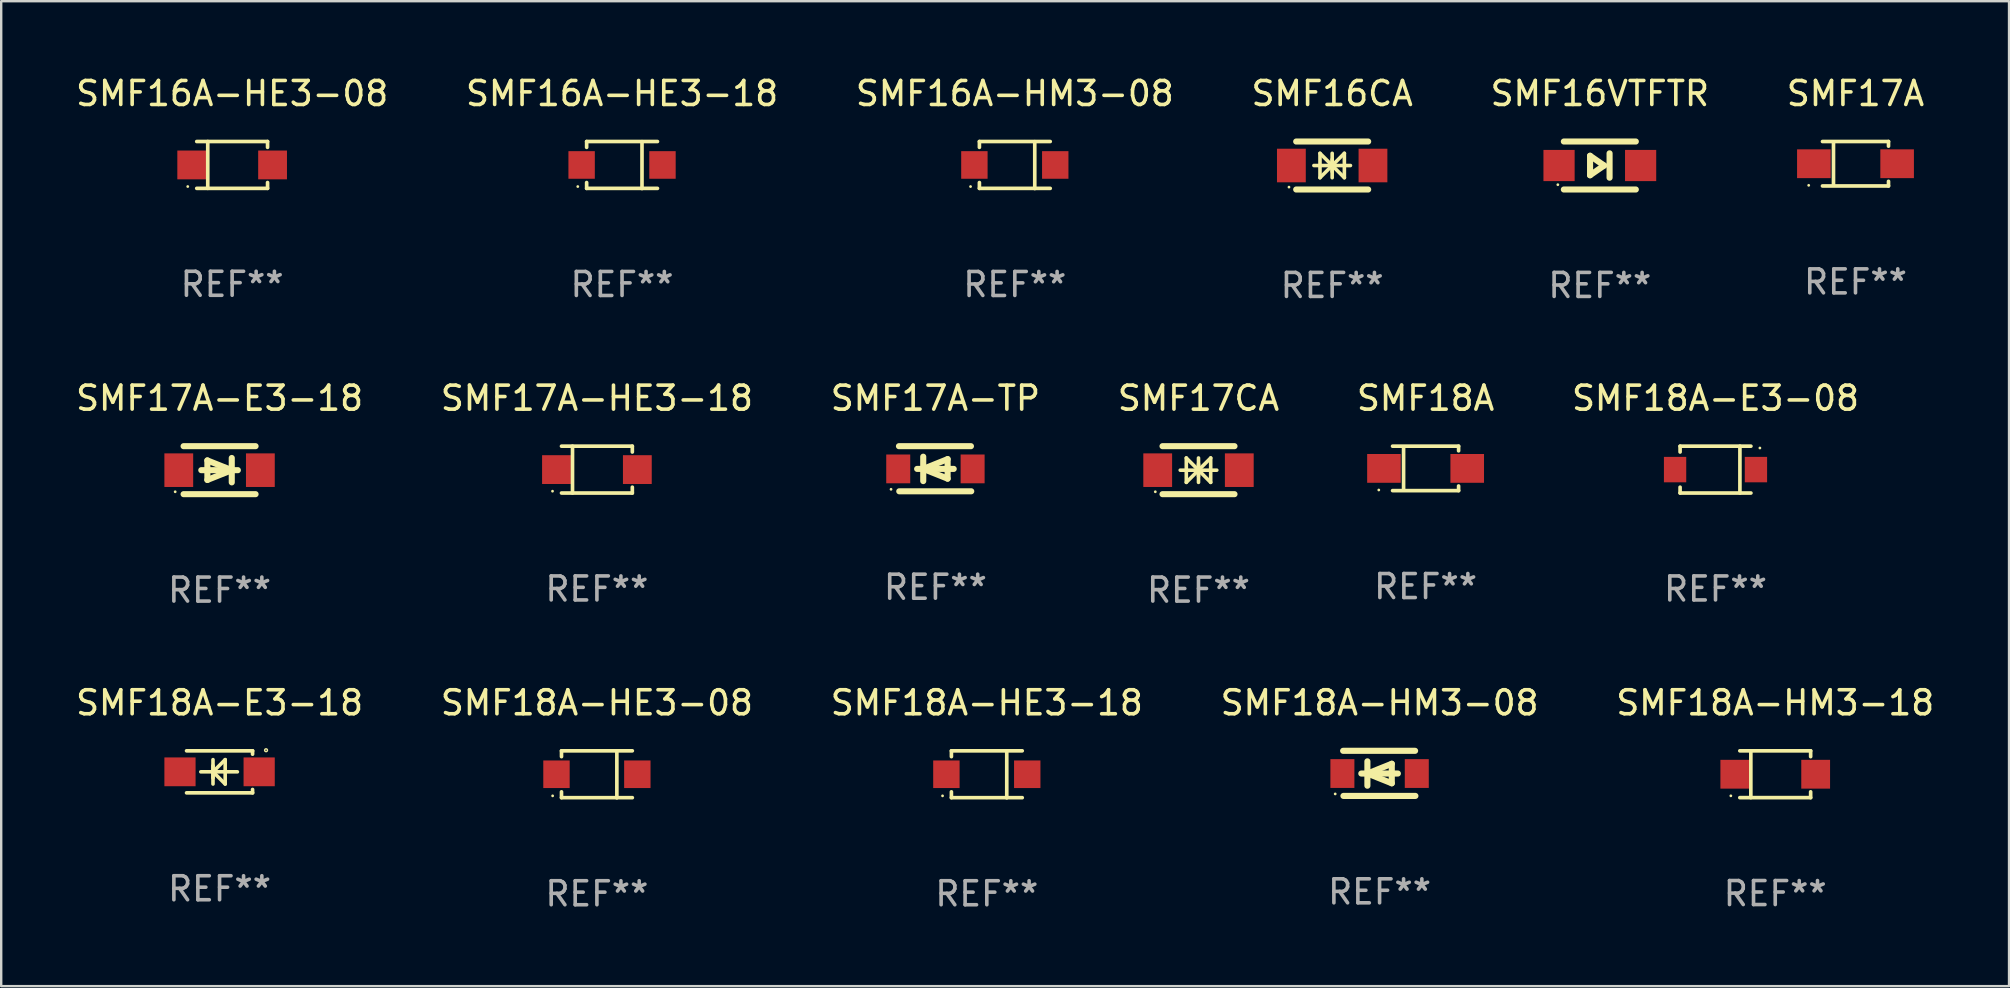
<source format=kicad_pcb>
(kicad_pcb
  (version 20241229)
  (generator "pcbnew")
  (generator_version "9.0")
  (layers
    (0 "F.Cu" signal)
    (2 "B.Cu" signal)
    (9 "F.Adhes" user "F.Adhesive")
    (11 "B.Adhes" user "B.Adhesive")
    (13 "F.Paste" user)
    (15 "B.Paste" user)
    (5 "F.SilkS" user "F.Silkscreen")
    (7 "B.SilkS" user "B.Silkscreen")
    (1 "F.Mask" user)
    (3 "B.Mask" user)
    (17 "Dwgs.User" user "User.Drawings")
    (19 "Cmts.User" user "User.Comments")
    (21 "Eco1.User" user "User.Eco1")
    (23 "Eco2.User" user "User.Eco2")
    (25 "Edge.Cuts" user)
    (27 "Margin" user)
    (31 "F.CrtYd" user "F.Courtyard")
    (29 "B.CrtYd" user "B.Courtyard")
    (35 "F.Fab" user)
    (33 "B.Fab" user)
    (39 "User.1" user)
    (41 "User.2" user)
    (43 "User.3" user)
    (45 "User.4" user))
  (footprint "SMF16VTFTR"
    (layer "F.Cu")
    (at 63.625 3.848)
    (property "Reference" "SMF16VTFTR" (at 0 -3 0) (layer "F.SilkS") (effects (font (size 1 1) (thickness 0.15))))
    (attr through_hole)
    (fp_line (start -1.5 -1) (end 1.5 -1) (stroke (width 0.254) (type solid)) (layer "F.SilkS"))
    (fp_line (start -0.407 -0.406) (end 0.178 0) (stroke (width 0.254) (type solid)) (layer "F.SilkS"))
    (fp_line (start -0.407 0.406) (end -0.407 -0.406) (stroke (width 0.254) (type solid)) (layer "F.SilkS"))
    (fp_line (start 0.178 0) (end -0.407 0.406) (stroke (width 0.254) (type solid)) (layer "F.SilkS"))
    (fp_line (start 0.406 0.508) (end 0.406 -0.508) (stroke (width 0.254) (type solid)) (layer "F.SilkS"))
    (fp_line (start 1.5 1) (end -1.5 1) (stroke (width 0.254) (type solid)) (layer "F.SilkS"))
    (fp_circle (center -1.75 0.8) (end -1.72 0.8) (stroke (width 0.06) (type solid)) (fill no) (layer "F.SilkS"))
    (fp_text user "REF**" (at 0 5 0) (layer "F.Fab") (effects (font (size 1 1) (thickness 0.15))))
    (pad "1" smd rect (at -1.7 -0.000025) (size 1.3 1.3) (layers "F.Cu" "F.Mask" "F.Paste"))
    (pad "2" smd rect (at 1.7 -0.000025) (size 1.3 1.3) (layers "F.Cu" "F.Mask" "F.Paste")))
  (footprint "SMF18A-HM3-08"
    (layer "F.Cu")
    (at 54.446 29.181)
    (property "Reference" "SMF18A-HM3-08" (at 0 -2.94 0) (layer "F.SilkS") (effects (font (size 1 1) (thickness 0.15))))
    (attr through_hole)
    (fp_line (start -1.52 -0.94) (end 1.48 -0.94) (stroke (width 0.254) (type solid)) (layer "F.SilkS"))
    (fp_line (start -1.507 0.94) (end 1.493 0.94) (stroke (width 0.254) (type solid)) (layer "F.SilkS"))
    (fp_line (start -0.762 0.007) (end 0.762 0.007) (stroke (width 0.254) (type solid)) (layer "F.SilkS"))
    (fp_line (start -0.508 -0.501) (end -0.508 0.515) (stroke (width 0.254) (type solid)) (layer "F.SilkS"))
    (fp_line (start -0.508 0.007) (end 0.508 -0.4) (stroke (width 0.254) (type solid)) (layer "F.SilkS"))
    (fp_line (start 0.508 -0.4) (end 0.508 0.413) (stroke (width 0.254) (type solid)) (layer "F.SilkS"))
    (fp_line (start 0.508 0.413) (end -0.508 0.007) (stroke (width 0.254) (type solid)) (layer "F.SilkS"))
    (fp_circle (center -1.85 0.857) (end -1.82 0.857) (stroke (width 0.06) (type solid)) (fill no) (layer "F.SilkS"))
    (fp_text user "REF**" (at 0 4.94 0) (layer "F.Fab") (effects (font (size 1 1) (thickness 0.15))))
    (pad "1" smd rect (at -1.55 0.007) (size 1 1.2) (layers "F.Cu" "F.Mask" "F.Paste"))
    (pad "2" smd rect (at 1.55 0.007) (size 1 1.2) (layers "F.Cu" "F.Mask" "F.Paste")))
  (footprint "SMF18A-HM3-18"
    (layer "F.Cu")
    (at 70.935 29.217)
    (property "Reference" "SMF18A-HM3-18" (at 0 -2.976 0) (layer "F.SilkS") (effects (font (size 1 1) (thickness 0.15))))
    (attr through_hole)
    (fp_line (start -1.476 -0.976) (end 1.476 -0.976) (stroke (width 0.152) (type solid)) (layer "F.SilkS"))
    (fp_line (start -1.476 0.976) (end 1.476 0.976) (stroke (width 0.152) (type solid)) (layer "F.SilkS"))
    (fp_line (start -1.017 -0.976) (end -1.017 0.976) (stroke (width 0.152) (type solid)) (layer "F.SilkS"))
    (fp_line (start 1.476 -0.976) (end 1.476 -0.733) (stroke (width 0.152) (type solid)) (layer "F.SilkS"))
    (fp_line (start 1.476 0.976) (end 1.476 0.733) (stroke (width 0.152) (type solid)) (layer "F.SilkS"))
    (fp_circle (center -1.85 0.9) (end -1.82 0.9) (stroke (width 0.06) (type solid)) (fill no) (layer "F.SilkS"))
    (fp_text user "REF**" (at 0 4.976 0) (layer "F.Fab") (effects (font (size 1 1) (thickness 0.15))))
    (pad "1" smd rect (at -1.685 0) (size 1.2 1.2) (layers "F.Cu" "F.Mask" "F.Paste"))
    (pad "2" smd rect (at 1.685 0) (size 1.2 1.2) (layers "F.Cu" "F.Mask" "F.Paste")))
  (footprint "SMF16A-HE3-08"
    (layer "F.Cu")
    (at 6.625 3.824)
    (property "Reference" "SMF16A-HE3-08" (at 0 -2.976 0) (layer "F.SilkS") (effects (font (size 1 1) (thickness 0.15))))
    (attr through_hole)
    (fp_line (start -1.476 -0.976) (end 1.476 -0.976) (stroke (width 0.152) (type solid)) (layer "F.SilkS"))
    (fp_line (start -1.476 0.976) (end 1.476 0.976) (stroke (width 0.152) (type solid)) (layer "F.SilkS"))
    (fp_line (start -1.017 -0.976) (end -1.017 0.976) (stroke (width 0.152) (type solid)) (layer "F.SilkS"))
    (fp_line (start 1.476 -0.976) (end 1.476 -0.733) (stroke (width 0.152) (type solid)) (layer "F.SilkS"))
    (fp_line (start 1.476 0.976) (end 1.476 0.733) (stroke (width 0.152) (type solid)) (layer "F.SilkS"))
    (fp_circle (center -1.85 0.9) (end -1.82 0.9) (stroke (width 0.06) (type solid)) (fill no) (layer "F.SilkS"))
    (fp_text user "REF**" (at 0 4.976 0) (layer "F.Fab") (effects (font (size 1 1) (thickness 0.15))))
    (pad "1" smd rect (at -1.685 0) (size 1.2 1.2) (layers "F.Cu" "F.Mask" "F.Paste"))
    (pad "2" smd rect (at 1.685 0) (size 1.2 1.2) (layers "F.Cu" "F.Mask" "F.Paste")))
  (footprint "SMF17A-TP"
    (layer "F.Cu")
    (at 35.935 16.485)
    (property "Reference" "SMF17A-TP" (at 0 -2.94 0) (layer "F.SilkS") (effects (font (size 1 1) (thickness 0.15))))
    (attr through_hole)
    (fp_line (start -1.52 -0.94) (end 1.48 -0.94) (stroke (width 0.254) (type solid)) (layer "F.SilkS"))
    (fp_line (start -1.507 0.94) (end 1.493 0.94) (stroke (width 0.254) (type solid)) (layer "F.SilkS"))
    (fp_line (start -0.762 0.007) (end 0.762 0.007) (stroke (width 0.254) (type solid)) (layer "F.SilkS"))
    (fp_line (start -0.508 -0.501) (end -0.508 0.515) (stroke (width 0.254) (type solid)) (layer "F.SilkS"))
    (fp_line (start -0.508 0.007) (end 0.508 -0.4) (stroke (width 0.254) (type solid)) (layer "F.SilkS"))
    (fp_line (start 0.508 -0.4) (end 0.508 0.413) (stroke (width 0.254) (type solid)) (layer "F.SilkS"))
    (fp_line (start 0.508 0.413) (end -0.508 0.007) (stroke (width 0.254) (type solid)) (layer "F.SilkS"))
    (fp_circle (center -1.85 0.857) (end -1.82 0.857) (stroke (width 0.06) (type solid)) (fill no) (layer "F.SilkS"))
    (fp_text user "REF**" (at 0 4.94 0) (layer "F.Fab") (effects (font (size 1 1) (thickness 0.15))))
    (pad "1" smd rect (at -1.55 0.007) (size 1 1.2) (layers "F.Cu" "F.Mask" "F.Paste"))
    (pad "2" smd rect (at 1.55 0.007) (size 1 1.2) (layers "F.Cu" "F.Mask" "F.Paste")))
  (footprint "SMF17A-HE3-18"
    (layer "F.Cu")
    (at 21.827 16.521)
    (property "Reference" "SMF17A-HE3-18" (at 0 -2.976 0) (layer "F.SilkS") (effects (font (size 1 1) (thickness 0.15))))
    (attr through_hole)
    (fp_line (start -1.476 -0.976) (end 1.476 -0.976) (stroke (width 0.152) (type solid)) (layer "F.SilkS"))
    (fp_line (start -1.476 0.976) (end 1.476 0.976) (stroke (width 0.152) (type solid)) (layer "F.SilkS"))
    (fp_line (start -1.017 -0.976) (end -1.017 0.976) (stroke (width 0.152) (type solid)) (layer "F.SilkS"))
    (fp_line (start 1.476 -0.976) (end 1.476 -0.733) (stroke (width 0.152) (type solid)) (layer "F.SilkS"))
    (fp_line (start 1.476 0.976) (end 1.476 0.733) (stroke (width 0.152) (type solid)) (layer "F.SilkS"))
    (fp_circle (center -1.85 0.9) (end -1.82 0.9) (stroke (width 0.06) (type solid)) (fill no) (layer "F.SilkS"))
    (fp_text user "REF**" (at 0 4.976 0) (layer "F.Fab") (effects (font (size 1 1) (thickness 0.15))))
    (pad "1" smd rect (at -1.685 0) (size 1.2 1.2) (layers "F.Cu" "F.Mask" "F.Paste"))
    (pad "2" smd rect (at 1.685 0) (size 1.2 1.2) (layers "F.Cu" "F.Mask" "F.Paste")))
  (footprint "SMF18A-E3-18"
    (layer "F.Cu")
    (at 6.101 29.117)
    (property "Reference" "SMF18A-E3-18" (at 0 -2.876 0) (layer "F.SilkS") (effects (font (size 1 1) (thickness 0.15))))
    (attr through_hole)
    (fp_line (start -1.376 -0.876) (end 1.376 -0.876) (stroke (width 0.152) (type solid)) (layer "F.SilkS"))
    (fp_line (start -1.376 0.876) (end 1.376 0.876) (stroke (width 0.152) (type solid)) (layer "F.SilkS"))
    (fp_line (start -0.782 0) (end 0.742 0) (stroke (width 0.15) (type solid)) (layer "F.SilkS"))
    (fp_line (start -0.274 -0.508) (end -0.274 0.508) (stroke (width 0.15) (type solid)) (layer "F.SilkS"))
    (fp_line (start -0.274 0) (end 0.234 -0.508) (stroke (width 0.15) (type solid)) (layer "F.SilkS"))
    (fp_line (start -0.274 0) (end 0.234 0.508) (stroke (width 0.15) (type solid)) (layer "F.SilkS"))
    (fp_line (start -0.274 0.254) (end -0.274 -0.254) (stroke (width 0.15) (type solid)) (layer "F.SilkS"))
    (fp_line (start 0.234 0.508) (end 0.234 -0.508) (stroke (width 0.15) (type solid)) (layer "F.SilkS"))
    (fp_line (start 1.376 -0.876) (end 1.375 -0.735) (stroke (width 0.152) (type solid)) (layer "F.SilkS"))
    (fp_line (start 1.376 0.876) (end 1.375 0.735) (stroke (width 0.152) (type solid)) (layer "F.SilkS"))
    (fp_circle (center 1.937 -0.9) (end 1.966 -0.9) (stroke (width 0.06) (type solid)) (fill no) (layer "F.SilkS"))
    (fp_text user "REF**" (at 0 4.876 0) (layer "F.Fab") (effects (font (size 1 1) (thickness 0.15))))
    (pad "1" smd rect (at 1.65 0 180) (size 1.3 1.2) (layers "F.Cu" "F.Mask" "F.Paste"))
    (pad "2" smd rect (at -1.65 0 180) (size 1.3 1.2) (layers "F.Cu" "F.Mask" "F.Paste")))
  (footprint "SMF16CA"
    (layer "F.Cu")
    (at 52.47 3.848)
    (property "Reference" "SMF16CA" (at 0 -3 0) (layer "F.SilkS") (effects (font (size 1 1) (thickness 0.15))))
    (attr through_hole)
    (fp_line (start -1.5 -1) (end 1.5 -1) (stroke (width 0.254) (type solid)) (layer "F.SilkS"))
    (fp_line (start -1.5 1) (end 1.5 1) (stroke (width 0.254) (type solid)) (layer "F.SilkS"))
    (fp_line (start -0.762 0) (end 0.762 0) (stroke (width 0.15) (type solid)) (layer "F.SilkS"))
    (fp_line (start -0.508 -0.508) (end -0.508 0.508) (stroke (width 0.15) (type solid)) (layer "F.SilkS"))
    (fp_line (start 0 -0.508) (end 0 0.508) (stroke (width 0.15) (type solid)) (layer "F.SilkS"))
    (fp_line (start 0 0) (end -0.508 -0.508) (stroke (width 0.15) (type solid)) (layer "F.SilkS"))
    (fp_line (start 0 0) (end -0.508 0.508) (stroke (width 0.15) (type solid)) (layer "F.SilkS"))
    (fp_line (start 0 0) (end 0.508 -0.508) (stroke (width 0.15) (type solid)) (layer "F.SilkS"))
    (fp_line (start 0 0) (end 0.508 0.508) (stroke (width 0.15) (type solid)) (layer "F.SilkS"))
    (fp_line (start 0 0.254) (end 0 -0.254) (stroke (width 0.15) (type solid)) (layer "F.SilkS"))
    (fp_line (start 0.508 0.508) (end 0.508 -0.508) (stroke (width 0.15) (type solid)) (layer "F.SilkS"))
    (fp_circle (center -1.8 0.9) (end -1.77 0.9) (stroke (width 0.06) (type solid)) (fill no) (layer "F.SilkS"))
    (fp_text user "REF**" (at 0 5 0) (layer "F.Fab") (effects (font (size 1 1) (thickness 0.15))))
    (pad "1" smd rect (at -1.7 0) (size 1.2 1.4) (layers "F.Cu" "F.Mask" "F.Paste"))
    (pad "2" smd rect (at 1.7 0) (size 1.2 1.4) (layers "F.Cu" "F.Mask" "F.Paste")))
  (footprint "SMF17CA"
    (layer "F.Cu")
    (at 46.899 16.545)
    (property "Reference" "SMF17CA" (at 0 -3 0) (layer "F.SilkS") (effects (font (size 1 1) (thickness 0.15))))
    (attr through_hole)
    (fp_line (start -1.5 -1) (end 1.5 -1) (stroke (width 0.254) (type solid)) (layer "F.SilkS"))
    (fp_line (start -1.5 1) (end 1.5 1) (stroke (width 0.254) (type solid)) (layer "F.SilkS"))
    (fp_line (start -0.762 0) (end 0.762 0) (stroke (width 0.15) (type solid)) (layer "F.SilkS"))
    (fp_line (start -0.508 -0.508) (end -0.508 0.508) (stroke (width 0.15) (type solid)) (layer "F.SilkS"))
    (fp_line (start 0 -0.508) (end 0 0.508) (stroke (width 0.15) (type solid)) (layer "F.SilkS"))
    (fp_line (start 0 0) (end -0.508 -0.508) (stroke (width 0.15) (type solid)) (layer "F.SilkS"))
    (fp_line (start 0 0) (end -0.508 0.508) (stroke (width 0.15) (type solid)) (layer "F.SilkS"))
    (fp_line (start 0 0) (end 0.508 -0.508) (stroke (width 0.15) (type solid)) (layer "F.SilkS"))
    (fp_line (start 0 0) (end 0.508 0.508) (stroke (width 0.15) (type solid)) (layer "F.SilkS"))
    (fp_line (start 0 0.254) (end 0 -0.254) (stroke (width 0.15) (type solid)) (layer "F.SilkS"))
    (fp_line (start 0.508 0.508) (end 0.508 -0.508) (stroke (width 0.15) (type solid)) (layer "F.SilkS"))
    (fp_circle (center -1.8 0.9) (end -1.77 0.9) (stroke (width 0.06) (type solid)) (fill no) (layer "F.SilkS"))
    (fp_text user "REF**" (at 0 5 0) (layer "F.Fab") (effects (font (size 1 1) (thickness 0.15))))
    (pad "1" smd rect (at -1.7 0) (size 1.2 1.4) (layers "F.Cu" "F.Mask" "F.Paste"))
    (pad "2" smd rect (at 1.7 0) (size 1.2 1.4) (layers "F.Cu" "F.Mask" "F.Paste")))
  (footprint "SMF18A-E3-08"
    (layer "F.Cu")
    (at 68.446 16.521)
    (property "Reference" "SMF18A-E3-08" (at 0 -2.976 0) (layer "F.SilkS") (effects (font (size 1 1) (thickness 0.15))))
    (attr through_hole)
    (fp_line (start -1.476 -0.976) (end -1.476 -0.733) (stroke (width 0.152) (type solid)) (layer "F.SilkS"))
    (fp_line (start -1.476 0.976) (end -1.476 0.733) (stroke (width 0.152) (type solid)) (layer "F.SilkS"))
    (fp_line (start 1.017 0.976) (end 1.017 -0.976) (stroke (width 0.152) (type solid)) (layer "F.SilkS"))
    (fp_line (start 1.476 -0.976) (end -1.476 -0.976) (stroke (width 0.152) (type solid)) (layer "F.SilkS"))
    (fp_line (start 1.476 0.976) (end -1.476 0.976) (stroke (width 0.152) (type solid)) (layer "F.SilkS"))
    (fp_circle (center 1.85 -0.9) (end 1.88 -0.9) (stroke (width 0.06) (type solid)) (fill no) (layer "F.SilkS"))
    (fp_text user "REF**" (at 0 4.976 0) (layer "F.Fab") (effects (font (size 1 1) (thickness 0.15))))
    (pad "1" smd rect (at 1.685 0 180) (size 0.93 1.06) (layers "F.Cu" "F.Mask" "F.Paste"))
    (pad "2" smd rect (at -1.685 0 180) (size 0.93 1.06) (layers "F.Cu" "F.Mask" "F.Paste")))
  (footprint "SMF18A-HE3-18"
    (layer "F.Cu")
    (at 38.077 29.221)
    (property "Reference" "SMF18A-HE3-18" (at 0 -2.98 0) (layer "F.SilkS") (effects (font (size 1 1) (thickness 0.15))))
    (attr through_hole)
    (fp_line (start -1.476 -0.98) (end -1.476 -0.737) (stroke (width 0.152) (type solid)) (layer "F.SilkS"))
    (fp_line (start -1.476 0.973) (end -1.476 0.73) (stroke (width 0.152) (type solid)) (layer "F.SilkS"))
    (fp_line (start 0.831 0.98) (end 0.831 -0.973) (stroke (width 0.152) (type solid)) (layer "F.SilkS"))
    (fp_line (start 1.476 -0.98) (end -1.476 -0.98) (stroke (width 0.152) (type solid)) (layer "F.SilkS"))
    (fp_line (start 1.476 0.973) (end -1.476 0.973) (stroke (width 0.152) (type solid)) (layer "F.SilkS"))
    (fp_circle (center -1.845 0.897) (end -1.815 0.897) (stroke (width 0.06) (type solid)) (fill no) (layer "F.SilkS"))
    (fp_text user "REF**" (at 0 4.98 0) (layer "F.Fab") (effects (font (size 1 1) (thickness 0.15))))
    (pad "1" smd rect (at -1.685 -0.003) (size 1.1 1.15) (layers "F.Cu" "F.Mask" "F.Paste"))
    (pad "2" smd rect (at 1.685 -0.003) (size 1.1 1.15) (layers "F.Cu" "F.Mask" "F.Paste")))
  (footprint "SMF16A-HE3-18"
    (layer "F.Cu")
    (at 22.875 3.828)
    (property "Reference" "SMF16A-HE3-18" (at 0 -2.98 0) (layer "F.SilkS") (effects (font (size 1 1) (thickness 0.15))))
    (attr through_hole)
    (fp_line (start -1.476 -0.98) (end -1.476 -0.737) (stroke (width 0.152) (type solid)) (layer "F.SilkS"))
    (fp_line (start -1.476 0.973) (end -1.476 0.73) (stroke (width 0.152) (type solid)) (layer "F.SilkS"))
    (fp_line (start 0.831 0.98) (end 0.831 -0.973) (stroke (width 0.152) (type solid)) (layer "F.SilkS"))
    (fp_line (start 1.476 -0.98) (end -1.476 -0.98) (stroke (width 0.152) (type solid)) (layer "F.SilkS"))
    (fp_line (start 1.476 0.973) (end -1.476 0.973) (stroke (width 0.152) (type solid)) (layer "F.SilkS"))
    (fp_circle (center -1.845 0.897) (end -1.815 0.897) (stroke (width 0.06) (type solid)) (fill no) (layer "F.SilkS"))
    (fp_text user "REF**" (at 0 4.98 0) (layer "F.Fab") (effects (font (size 1 1) (thickness 0.15))))
    (pad "1" smd rect (at -1.685 -0.003) (size 1.1 1.15) (layers "F.Cu" "F.Mask" "F.Paste"))
    (pad "2" smd rect (at 1.685 -0.003) (size 1.1 1.15) (layers "F.Cu" "F.Mask" "F.Paste")))
  (footprint "SMF17A-E3-18"
    (layer "F.Cu")
    (at 6.101 16.545)
    (property "Reference" "SMF17A-E3-18" (at 0 -3 0) (layer "F.SilkS") (effects (font (size 1 1) (thickness 0.15))))
    (attr through_hole)
    (fp_line (start -1.5 -1) (end 1.5 -1) (stroke (width 0.254) (type solid)) (layer "F.SilkS"))
    (fp_line (start -1.5 1) (end 1.5 1) (stroke (width 0.254) (type solid)) (layer "F.SilkS"))
    (fp_line (start -0.508 -0.406) (end 0.508 0) (stroke (width 0.254) (type solid)) (layer "F.SilkS"))
    (fp_line (start -0.508 0.406) (end -0.508 -0.406) (stroke (width 0.254) (type solid)) (layer "F.SilkS"))
    (fp_line (start 0.508 0) (end -0.508 0.406) (stroke (width 0.254) (type solid)) (layer "F.SilkS"))
    (fp_line (start 0.508 0.508) (end 0.508 -0.508) (stroke (width 0.254) (type solid)) (layer "F.SilkS"))
    (fp_line (start 0.762 0) (end -0.762 0) (stroke (width 0.254) (type solid)) (layer "F.SilkS"))
    (fp_circle (center -1.85 0.9) (end -1.82 0.9) (stroke (width 0.06) (type solid)) (fill no) (layer "F.SilkS"))
    (fp_text user "REF**" (at 0 5 0) (layer "F.Fab") (effects (font (size 1 1) (thickness 0.15))))
    (pad "1" smd rect (at -1.7 0) (size 1.2 1.4) (layers "F.Cu" "F.Mask" "F.Paste"))
    (pad "2" smd rect (at 1.7 0) (size 1.2 1.4) (layers "F.Cu" "F.Mask" "F.Paste")))
  (footprint "SMF17A"
    (layer "F.Cu")
    (at 74.28 3.774)
    (property "Reference" "SMF17A" (at 0 -2.926 0) (layer "F.SilkS") (effects (font (size 1 1) (thickness 0.15))))
    (attr through_hole)
    (fp_line (start -1.376 -0.926) (end 1.376 -0.926) (stroke (width 0.152) (type solid)) (layer "F.SilkS"))
    (fp_line (start -1.376 0.926) (end 1.376 0.926) (stroke (width 0.152) (type solid)) (layer "F.SilkS"))
    (fp_line (start -0.917 -0.876) (end -0.917 0.876) (stroke (width 0.152) (type solid)) (layer "F.SilkS"))
    (fp_line (start 1.376 -0.926) (end 1.376 -0.733) (stroke (width 0.152) (type solid)) (layer "F.SilkS"))
    (fp_line (start 1.376 0.926) (end 1.376 0.733) (stroke (width 0.152) (type solid)) (layer "F.SilkS"))
    (fp_circle (center -1.95 0.9) (end -1.92 0.9) (stroke (width 0.06) (type solid)) (fill no) (layer "F.SilkS"))
    (fp_text user "REF**" (at 0 4.926 0) (layer "F.Fab") (effects (font (size 1 1) (thickness 0.15))))
    (pad "1" smd rect (at -1.735 0) (size 1.4 1.2) (layers "F.Cu" "F.Mask" "F.Paste"))
    (pad "2" smd rect (at 1.735 0) (size 1.4 1.2) (layers "F.Cu" "F.Mask" "F.Paste")))
  (footprint "SMF18A-HE3-08"
    (layer "F.Cu")
    (at 21.827 29.221)
    (property "Reference" "SMF18A-HE3-08" (at 0 -2.98 0) (layer "F.SilkS") (effects (font (size 1 1) (thickness 0.15))))
    (attr through_hole)
    (fp_line (start -1.476 -0.98) (end -1.476 -0.737) (stroke (width 0.152) (type solid)) (layer "F.SilkS"))
    (fp_line (start -1.476 0.973) (end -1.476 0.73) (stroke (width 0.152) (type solid)) (layer "F.SilkS"))
    (fp_line (start 0.831 0.98) (end 0.831 -0.973) (stroke (width 0.152) (type solid)) (layer "F.SilkS"))
    (fp_line (start 1.476 -0.98) (end -1.476 -0.98) (stroke (width 0.152) (type solid)) (layer "F.SilkS"))
    (fp_line (start 1.476 0.973) (end -1.476 0.973) (stroke (width 0.152) (type solid)) (layer "F.SilkS"))
    (fp_circle (center -1.845 0.897) (end -1.815 0.897) (stroke (width 0.06) (type solid)) (fill no) (layer "F.SilkS"))
    (fp_text user "REF**" (at 0 4.98 0) (layer "F.Fab") (effects (font (size 1 1) (thickness 0.15))))
    (pad "1" smd rect (at -1.685 -0.003) (size 1.1 1.15) (layers "F.Cu" "F.Mask" "F.Paste"))
    (pad "2" smd rect (at 1.685 -0.003) (size 1.1 1.15) (layers "F.Cu" "F.Mask" "F.Paste")))
  (footprint "SMF18A"
    (layer "F.Cu")
    (at 56.363 16.471)
    (property "Reference" "SMF18A" (at 0 -2.926 0) (layer "F.SilkS") (effects (font (size 1 1) (thickness 0.15))))
    (attr through_hole)
    (fp_line (start -1.376 -0.926) (end 1.376 -0.926) (stroke (width 0.152) (type solid)) (layer "F.SilkS"))
    (fp_line (start -1.376 0.926) (end 1.376 0.926) (stroke (width 0.152) (type solid)) (layer "F.SilkS"))
    (fp_line (start -0.917 -0.876) (end -0.917 0.876) (stroke (width 0.152) (type solid)) (layer "F.SilkS"))
    (fp_line (start 1.376 -0.926) (end 1.376 -0.733) (stroke (width 0.152) (type solid)) (layer "F.SilkS"))
    (fp_line (start 1.376 0.926) (end 1.376 0.733) (stroke (width 0.152) (type solid)) (layer "F.SilkS"))
    (fp_circle (center -1.95 0.9) (end -1.92 0.9) (stroke (width 0.06) (type solid)) (fill no) (layer "F.SilkS"))
    (fp_text user "REF**" (at 0 4.926 0) (layer "F.Fab") (effects (font (size 1 1) (thickness 0.15))))
    (pad "1" smd rect (at -1.735 0) (size 1.4 1.2) (layers "F.Cu" "F.Mask" "F.Paste"))
    (pad "2" smd rect (at 1.735 0) (size 1.4 1.2) (layers "F.Cu" "F.Mask" "F.Paste")))
  (footprint "SMF16A-HM3-08"
    (layer "F.Cu")
    (at 39.244 3.828)
    (property "Reference" "SMF16A-HM3-08" (at 0 -2.98 0) (layer "F.SilkS") (effects (font (size 1 1) (thickness 0.15))))
    (attr through_hole)
    (fp_line (start -1.476 -0.98) (end -1.476 -0.737) (stroke (width 0.152) (type solid)) (layer "F.SilkS"))
    (fp_line (start -1.476 0.973) (end -1.476 0.73) (stroke (width 0.152) (type solid)) (layer "F.SilkS"))
    (fp_line (start 0.831 0.98) (end 0.831 -0.973) (stroke (width 0.152) (type solid)) (layer "F.SilkS"))
    (fp_line (start 1.476 -0.98) (end -1.476 -0.98) (stroke (width 0.152) (type solid)) (layer "F.SilkS"))
    (fp_line (start 1.476 0.973) (end -1.476 0.973) (stroke (width 0.152) (type solid)) (layer "F.SilkS"))
    (fp_circle (center -1.845 0.897) (end -1.815 0.897) (stroke (width 0.06) (type solid)) (fill no) (layer "F.SilkS"))
    (fp_text user "REF**" (at 0 4.98 0) (layer "F.Fab") (effects (font (size 1 1) (thickness 0.15))))
    (pad "1" smd rect (at -1.685 -0.003) (size 1.1 1.15) (layers "F.Cu" "F.Mask" "F.Paste"))
    (pad "2" smd rect (at 1.685 -0.003) (size 1.1 1.15) (layers "F.Cu" "F.Mask" "F.Paste")))
  (gr_rect
    (start -3 -3)
    (end 80.679 38.049)
    (stroke (width 0.1) (type default))
    (fill no)
    (layer "Edge.Cuts")))
</source>
